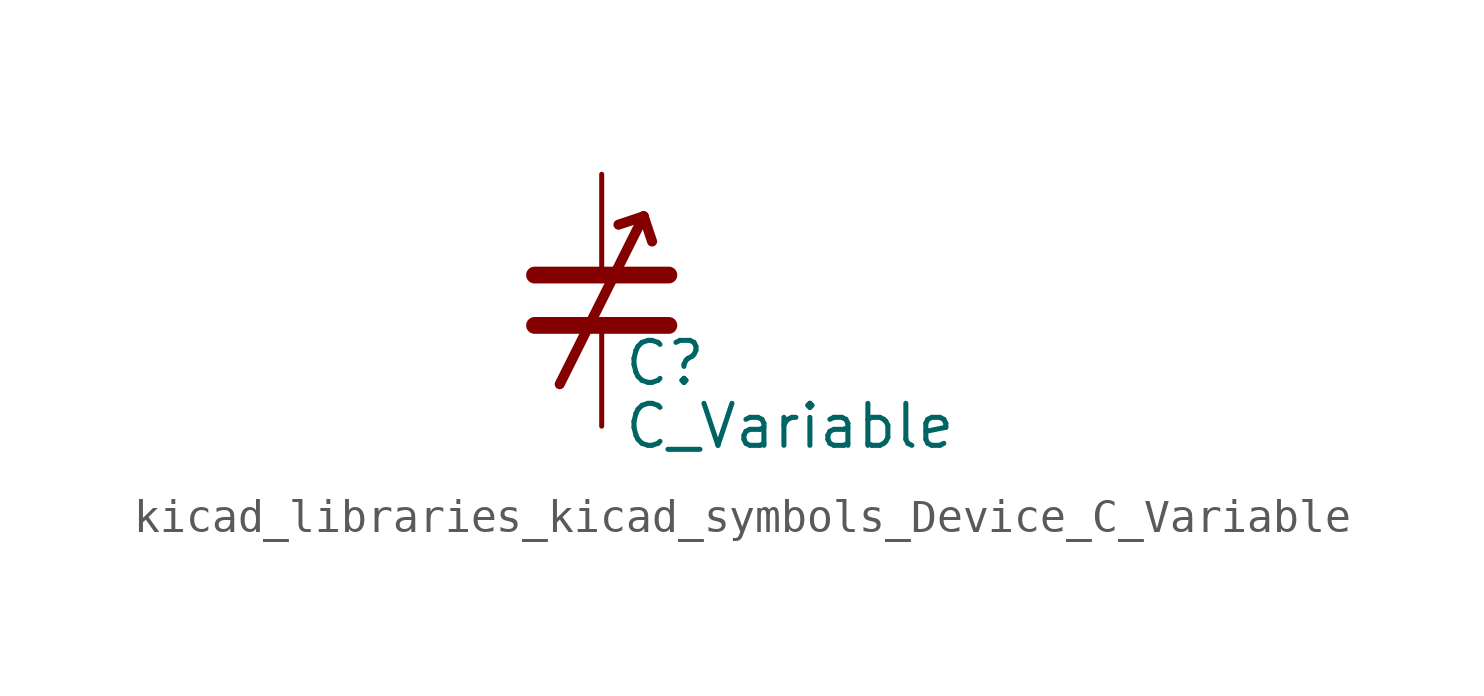
<source format=kicad_sym>
(kicad_symbol_lib
  (version 20220914)
  (generator kicad_symbol_editor)
  (symbol "kicad_libraries_kicad_symbols_Device_C_Variable"
    (pin_numbers hide)
    (pin_names
      (offset 0.254) hide)
    (property "Reference" "C"
      (at 0.635 -1.905 0)
      (effects (font (size 1.27 1.27)) (justify left)))
    (property "Value" "C_Variable"
      (at 0.635 -3.81 0)
      (effects (font (size 1.27 1.27)) (justify left)))
    (symbol "kicad_libraries_kicad_symbols_Device_C_Variable_0_1"
      (polyline (pts (xy -2.032 -0.762) (xy 2.032 -0.762)) (stroke (width 0.508) (type default)) (fill (type none)))
      (polyline (pts (xy -2.032 0.762) (xy 2.032 0.762)) (stroke (width 0.508) (type default)) (fill (type none)))
      (polyline (pts (xy 1.27 2.54) (xy -1.27 -2.54)) (stroke (width 0.305) (type default)) (fill (type none)))
      (polyline (pts (xy 1.27 2.54) (xy 0.508 2.286)) (stroke (width 0.305) (type default)) (fill (type none)))
      (polyline (pts (xy 1.27 2.54) (xy 1.524 1.778)) (stroke (width 0.305) (type default)) (fill (type none))))
    (symbol "kicad_libraries_kicad_symbols_Device_C_Variable_1_1"
      (pin passive line (at 0 3.81 270) (length 3.048) (name "~" (effects (font (size 1.27 1.27)))) (number "1" (effects (font (size 1.27 1.27)))))
      (pin passive line (at 0 -3.81 90) (length 3.048) (name "~" (effects (font (size 1.27 1.27)))) (number "2" (effects (font (size 1.27 1.27))))))))
</source>
